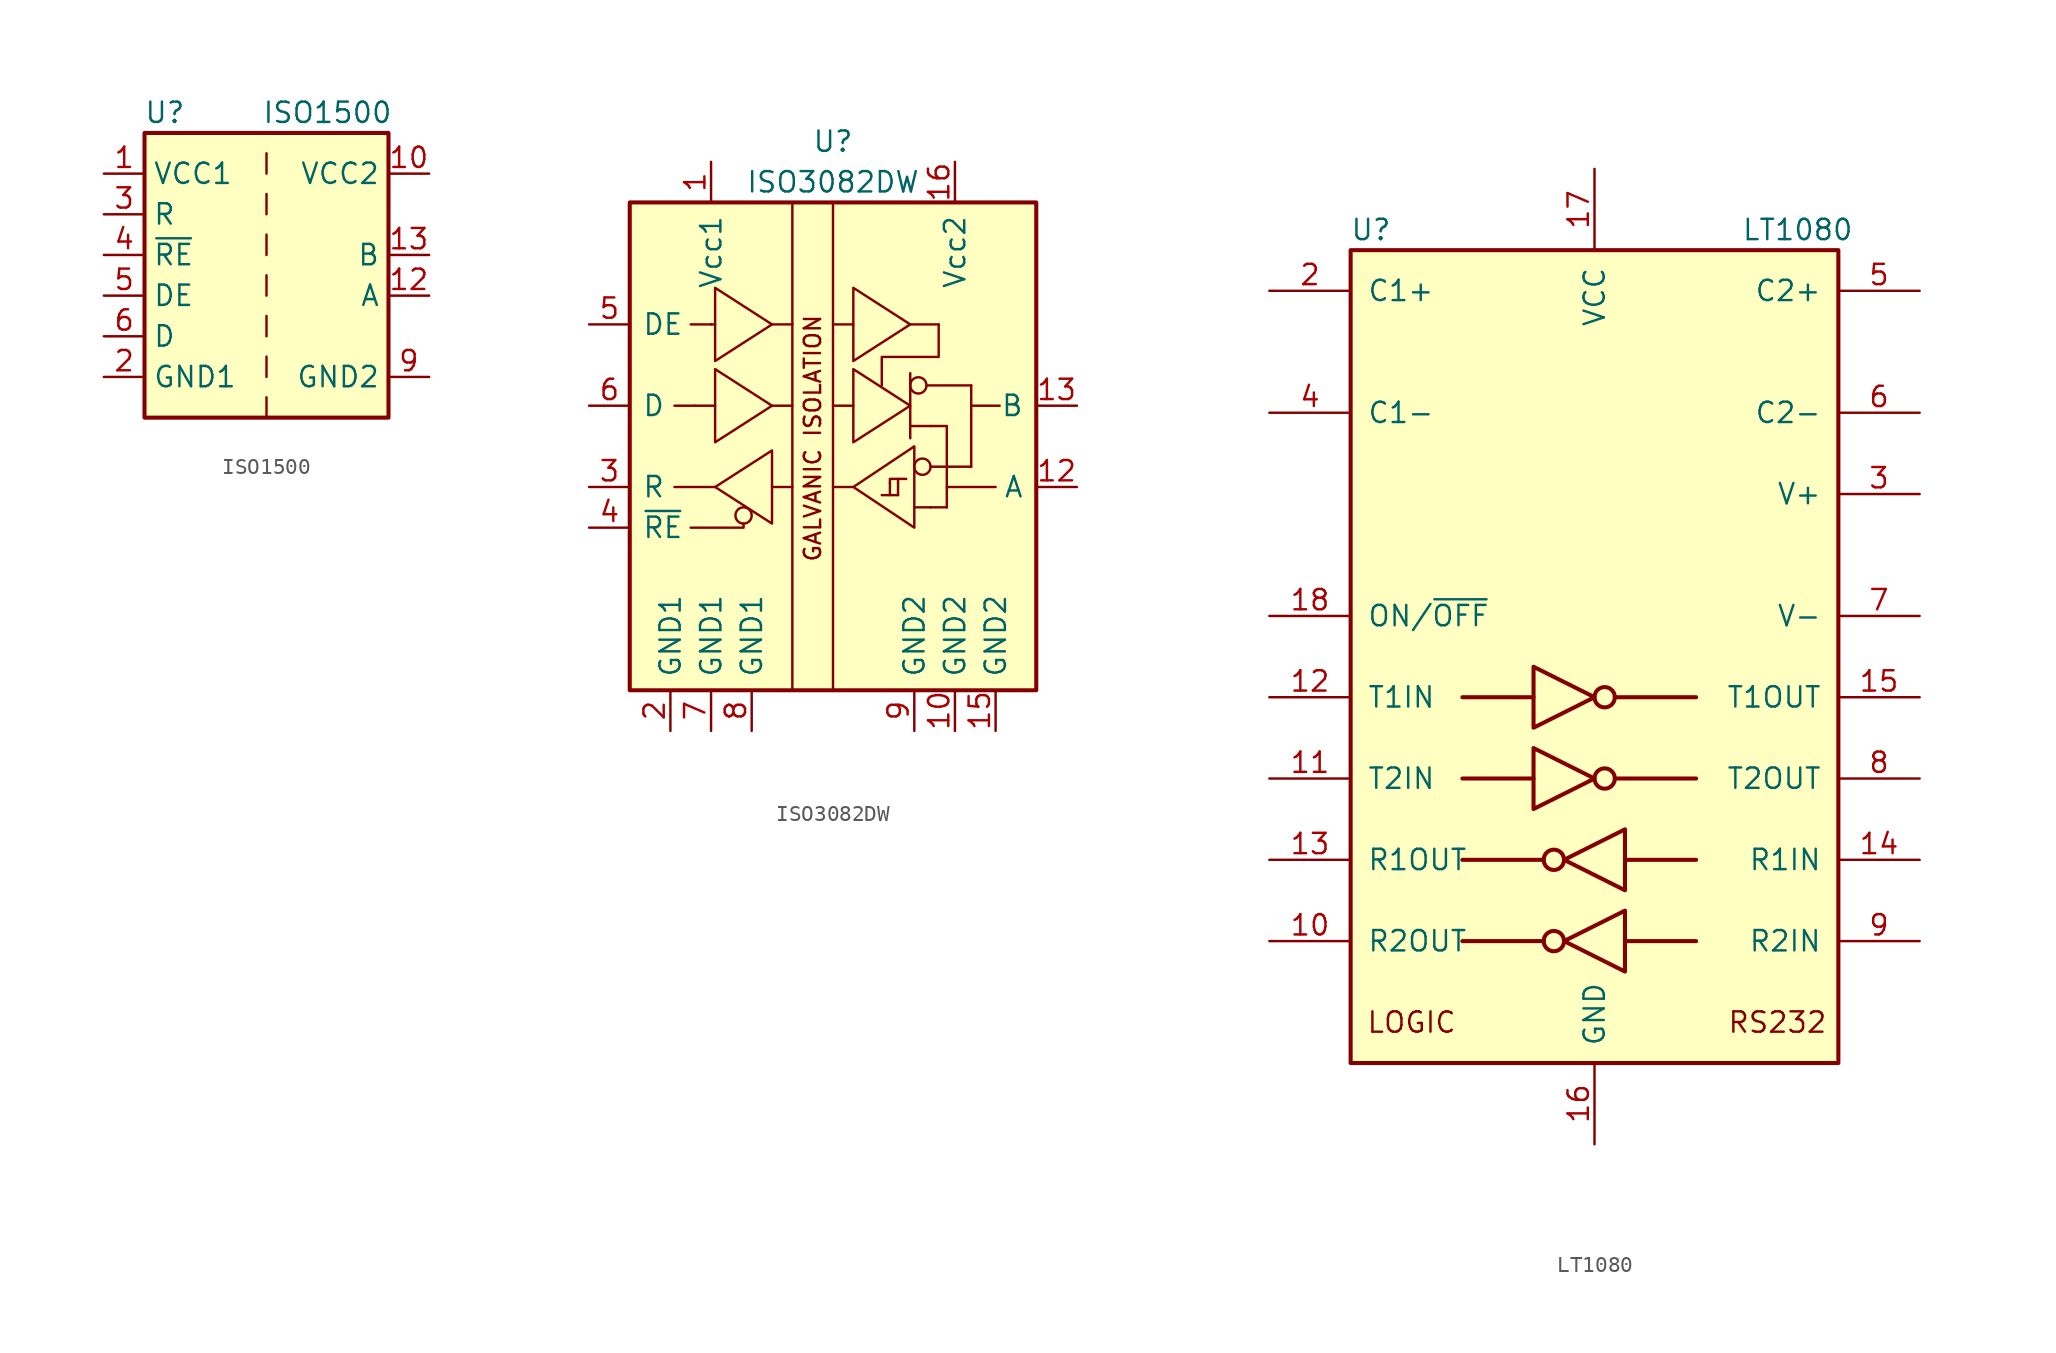
<source format=kicad_sym>
(kicad_symbol_lib
  (version 20201005)
  (generator kicad_symbol_editor)
  (symbol "ISO1500"
    (property "Reference" "U"
      (at -6.35 11.43 0)
      (effects (font (size 1.27 1.27))))
    (property "Value" "ISO1500"
      (at 3.81 11.43 0)
      (effects (font (size 1.27 1.27))))
    (symbol "ISO1500_0_1"
      (rectangle (start -7.62 10.16) (end 7.62 -7.62) (stroke (width 0.254)) (fill (type background)))
      (polyline (pts (xy 0 -6.35) (xy 0 -7.62)) (stroke (width 0)) (fill (type none)))
      (polyline (pts (xy 0 -3.81) (xy 0 -5.08)) (stroke (width 0)) (fill (type none)))
      (polyline (pts (xy 0 -1.27) (xy 0 -2.54)) (stroke (width 0)) (fill (type none)))
      (polyline (pts (xy 0 1.27) (xy 0 0)) (stroke (width 0)) (fill (type none)))
      (polyline (pts (xy 0 3.81) (xy 0 2.54)) (stroke (width 0)) (fill (type none)))
      (polyline (pts (xy 0 6.35) (xy 0 5.08)) (stroke (width 0)) (fill (type none)))
      (polyline (pts (xy 0 7.62) (xy 0 8.89)) (stroke (width 0)) (fill (type none))))
    (symbol "ISO1500_1_1"
      (pin power_in line (at -10.16 7.62 0) (length 2.54) (name "VCC1" (effects (font (size 1.27 1.27)))) (number "1" (effects (font (size 1.27 1.27)))))
      (pin power_in line (at 10.16 7.62 180) (length 2.54) (name "VCC2" (effects (font (size 1.27 1.27)))) (number "10" (effects (font (size 1.27 1.27)))))
      (pin no_connect line (at 7.62 -2.54 180) (length 2.54) hide (name "NC" (effects (font (size 1.27 1.27)))) (number "11" (effects (font (size 1.27 1.27)))))
      (pin bidirectional line (at 10.16 0 180) (length 2.54) (name "A" (effects (font (size 1.27 1.27)))) (number "12" (effects (font (size 1.27 1.27)))))
      (pin bidirectional line (at 10.16 2.54 180) (length 2.54) (name "B" (effects (font (size 1.27 1.27)))) (number "13" (effects (font (size 1.27 1.27)))))
      (pin no_connect line (at 7.62 5.08 180) (length 2.54) hide (name "NC" (effects (font (size 1.27 1.27)))) (number "14" (effects (font (size 1.27 1.27)))))
      (pin passive line (at 10.16 -5.08 180) (length 2.54) hide (name "GND2" (effects (font (size 1.27 1.27)))) (number "15" (effects (font (size 1.27 1.27)))))
      (pin passive line (at 10.16 7.62 180) (length 2.54) hide (name "VCC2" (effects (font (size 1.27 1.27)))) (number "16" (effects (font (size 1.27 1.27)))))
      (pin power_in line (at -10.16 -5.08 0) (length 2.54) (name "GND1" (effects (font (size 1.27 1.27)))) (number "2" (effects (font (size 1.27 1.27)))))
      (pin output line (at -10.16 5.08 0) (length 2.54) (name "R" (effects (font (size 1.27 1.27)))) (number "3" (effects (font (size 1.27 1.27)))))
      (pin input line (at -10.16 2.54 0) (length 2.54) (name "~RE" (effects (font (size 1.27 1.27)))) (number "4" (effects (font (size 1.27 1.27)))))
      (pin input line (at -10.16 0 0) (length 2.54) (name "DE" (effects (font (size 1.27 1.27)))) (number "5" (effects (font (size 1.27 1.27)))))
      (pin input line (at -10.16 -2.54 0) (length 2.54) (name "D" (effects (font (size 1.27 1.27)))) (number "6" (effects (font (size 1.27 1.27)))))
      (pin no_connect line (at 0 -7.62 90) (length 2.54) hide (name "NC" (effects (font (size 1.27 1.27)))) (number "7" (effects (font (size 1.27 1.27)))))
      (pin passive line (at -10.16 -5.08 0) (length 2.54) hide (name "GND1" (effects (font (size 1.27 1.27)))) (number "8" (effects (font (size 1.27 1.27)))))
      (pin power_in line (at 10.16 -5.08 180) (length 2.54) (name "GND2" (effects (font (size 1.27 1.27)))) (number "9" (effects (font (size 1.27 1.27)))))))
  (symbol "ISO3082DW"
    (pin_names
      (offset 0.762))
    (property "Reference" "U"
      (at 0 19.05 0)
      (effects (font (size 1.27 1.27))))
    (property "Value" "ISO3082DW"
      (at 0 16.51 0)
      (effects (font (size 1.27 1.27))))
    (symbol "ISO3082DW_0_0"
      (text "GALVANIC ISOLATION" (at -1.27 0.508 900) (effects (font (size 1.016 1.016))))
      (rectangle (start -12.7 15.24) (end 12.7 -15.24) (stroke (width 0.254)) (fill (type background)))
      (polyline (pts (xy -8.636 2.54) (xy -9.906 2.54)) (stroke (width 0)) (fill (type none)))
      (polyline (pts (xy -7.62 7.62) (xy -8.89 7.62)) (stroke (width 0)) (fill (type none)))
      (polyline (pts (xy -7.366 7.62) (xy -7.62 7.62)) (stroke (width 0)) (fill (type none)))
      (polyline (pts (xy -2.54 15.24) (xy -2.54 -15.24)) (stroke (width 0)) (fill (type none)))
      (polyline (pts (xy 0 15.24) (xy 0 -15.24)) (stroke (width 0)) (fill (type none)))
      (polyline (pts (xy -7.366 4.826) (xy -7.366 0.254) (xy -3.81 2.54) (xy -7.366 4.826)) (stroke (width 0)) (fill (type none)))
      (polyline (pts (xy -7.366 9.906) (xy -7.366 5.334) (xy -3.81 7.62) (xy -7.366 9.906)) (stroke (width 0)) (fill (type none)))
      (polyline (pts (xy -3.81 -0.254) (xy -3.81 -4.826) (xy -7.366 -2.54) (xy -3.81 -0.254)) (stroke (width 0)) (fill (type none)))
      (polyline (pts (xy 1.27 9.906) (xy 1.27 5.334) (xy 4.826 7.62) (xy 1.27 9.906)) (stroke (width 0)) (fill (type none))))
    (symbol "ISO3082DW_0_1"
      (circle (center -5.588 -4.318) (radius 0.508) (stroke (width 0)) (fill (type none)))
      (circle (center 5.334 3.81) (radius 0.508) (stroke (width 0)) (fill (type none)))
      (circle (center 5.588 -1.27) (radius 0.508) (stroke (width 0)) (fill (type none)))
      (polyline (pts (xy -7.366 -2.54) (xy -9.906 -2.54)) (stroke (width 0)) (fill (type none)))
      (polyline (pts (xy -7.366 2.54) (xy -8.636 2.54)) (stroke (width 0)) (fill (type none)))
      (polyline (pts (xy -3.81 -2.54) (xy -2.54 -2.54)) (stroke (width 0)) (fill (type none)))
      (polyline (pts (xy -3.81 2.54) (xy -2.54 2.54)) (stroke (width 0)) (fill (type none)))
      (polyline (pts (xy -3.81 7.62) (xy -2.54 7.62)) (stroke (width 0)) (fill (type none)))
      (polyline (pts (xy 0 -2.54) (xy 1.27 -2.54)) (stroke (width 0)) (fill (type none)))
      (polyline (pts (xy 0 2.54) (xy 1.27 2.54)) (stroke (width 0)) (fill (type none)))
      (polyline (pts (xy 0 7.62) (xy 1.27 7.62)) (stroke (width 0)) (fill (type none)))
      (polyline (pts (xy 3.556 -2.286) (xy 3.556 -3.048)) (stroke (width 0)) (fill (type none)))
      (polyline (pts (xy 4.064 -3.048) (xy 3.048 -3.048)) (stroke (width 0)) (fill (type none)))
      (polyline (pts (xy 4.064 -2.286) (xy 4.064 -3.048)) (stroke (width 0)) (fill (type none)))
      (polyline (pts (xy 4.064 -2.286) (xy 4.064 -2.032)) (stroke (width 0)) (fill (type none)))
      (polyline (pts (xy 4.826 1.27) (xy 6.096 1.27)) (stroke (width 0)) (fill (type none)))
      (polyline (pts (xy 4.826 4.572) (xy 4.826 0.508)) (stroke (width 0)) (fill (type none)))
      (polyline (pts (xy 4.826 7.62) (xy 6.604 7.62)) (stroke (width 0)) (fill (type none)))
      (polyline (pts (xy 5.08 -3.81) (xy 6.096 -3.81)) (stroke (width 0)) (fill (type none)))
      (polyline (pts (xy 5.842 3.81) (xy 8.636 3.81)) (stroke (width 0)) (fill (type none)))
      (polyline (pts (xy 6.096 -1.27) (xy 8.636 -1.27)) (stroke (width 0)) (fill (type none)))
      (polyline (pts (xy 6.096 1.27) (xy 7.112 1.27)) (stroke (width 0)) (fill (type none)))
      (polyline (pts (xy 7.112 -3.81) (xy 6.096 -3.81)) (stroke (width 0)) (fill (type none)))
      (polyline (pts (xy 7.112 1.27) (xy 7.112 -3.81)) (stroke (width 0)) (fill (type none)))
      (polyline (pts (xy 8.636 -1.27) (xy 8.636 3.81)) (stroke (width 0)) (fill (type none)))
      (polyline (pts (xy 8.636 2.54) (xy 10.414 2.54)) (stroke (width 0)) (fill (type none)))
      (polyline (pts (xy -8.89 -5.08) (xy -5.588 -5.08) (xy -5.588 -4.826)) (stroke (width 0)) (fill (type none)))
      (polyline (pts (xy 3.556 -2.286) (xy 3.556 -2.032) (xy 4.572 -2.032)) (stroke (width 0)) (fill (type none)))
      (polyline (pts (xy 10.16 -2.54) (xy 8.89 -2.54) (xy 7.112 -2.54)) (stroke (width 0)) (fill (type none)))
      (polyline (pts (xy 1.27 -2.54) (xy 5.08 0) (xy 5.08 -5.08) (xy 1.27 -2.54)) (stroke (width 0)) (fill (type none)))
      (polyline (pts (xy 6.604 7.62) (xy 6.604 5.588) (xy 3.048 5.588) (xy 3.048 3.81)) (stroke (width 0)) (fill (type none))))
    (symbol "ISO3082DW_1_0"
      (polyline (pts (xy 1.27 4.826) (xy 1.27 0.254) (xy 4.826 2.54) (xy 1.27 4.826)) (stroke (width 0)) (fill (type none))))
    (symbol "ISO3082DW_1_1"
      (pin power_in line (at -7.62 17.78 270) (length 2.54) (name "Vcc1" (effects (font (size 1.27 1.27)))) (number "1" (effects (font (size 1.27 1.27)))))
      (pin power_in line (at 7.62 -17.78 90) (length 2.54) (name "GND2" (effects (font (size 1.27 1.27)))) (number "10" (effects (font (size 1.27 1.27)))))
      (pin no_connect line (at 12.7 10.16 180) (length 2.54) hide (name "NC" (effects (font (size 1.27 1.27)))) (number "11" (effects (font (size 1.27 1.27)))))
      (pin bidirectional line (at 15.24 -2.54 180) (length 2.54) (name "A" (effects (font (size 1.27 1.27)))) (number "12" (effects (font (size 1.27 1.27)))))
      (pin bidirectional line (at 15.24 2.54 180) (length 2.54) (name "B" (effects (font (size 1.27 1.27)))) (number "13" (effects (font (size 1.27 1.27)))))
      (pin no_connect line (at 12.7 7.62 180) (length 2.54) hide (name "NC" (effects (font (size 1.27 1.27)))) (number "14" (effects (font (size 1.27 1.27)))))
      (pin power_in line (at 10.16 -17.78 90) (length 2.54) (name "GND2" (effects (font (size 1.27 1.27)))) (number "15" (effects (font (size 1.27 1.27)))))
      (pin power_in line (at 7.62 17.78 270) (length 2.54) (name "Vcc2" (effects (font (size 1.27 1.27)))) (number "16" (effects (font (size 1.27 1.27)))))
      (pin power_in line (at -10.16 -17.78 90) (length 2.54) (name "GND1" (effects (font (size 1.27 1.27)))) (number "2" (effects (font (size 1.27 1.27)))))
      (pin output line (at -15.24 -2.54 0) (length 2.54) (name "R" (effects (font (size 1.27 1.27)))) (number "3" (effects (font (size 1.27 1.27)))))
      (pin input line (at -15.24 -5.08 0) (length 2.54) (name "~RE" (effects (font (size 1.27 1.27)))) (number "4" (effects (font (size 1.27 1.27)))))
      (pin input line (at -15.24 7.62 0) (length 2.54) (name "DE" (effects (font (size 1.27 1.27)))) (number "5" (effects (font (size 1.27 1.27)))))
      (pin input line (at -15.24 2.54 0) (length 2.54) (name "D" (effects (font (size 1.27 1.27)))) (number "6" (effects (font (size 1.27 1.27)))))
      (pin power_in line (at -7.62 -17.78 90) (length 2.54) (name "GND1" (effects (font (size 1.27 1.27)))) (number "7" (effects (font (size 1.27 1.27)))))
      (pin power_in line (at -5.08 -17.78 90) (length 2.54) (name "GND1" (effects (font (size 1.27 1.27)))) (number "8" (effects (font (size 1.27 1.27)))))
      (pin power_in line (at 5.08 -17.78 90) (length 2.54) (name "GND2" (effects (font (size 1.27 1.27)))) (number "9" (effects (font (size 1.27 1.27)))))))
  (symbol "LT1080"
    (pin_names
      (offset 1.016))
    (property "Reference" "U"
      (at -13.97 26.67 0)
      (effects (font (size 1.27 1.27))))
    (property "Value" "LT1080"
      (at 12.7 26.67 0)
      (effects (font (size 1.27 1.27))))
    (symbol "LT1080_0_0"
      (text "LOGIC" (at -11.43 -22.86 0) (effects (font (size 1.27 1.27))))
      (text "RS232" (at 11.43 -22.86 0) (effects (font (size 1.27 1.27)))))
    (symbol "LT1080_0_1"
      (circle (center -2.54 -17.78) (radius 0.635) (stroke (width 0.254)) (fill (type none)))
      (circle (center -2.54 -12.7) (radius 0.635) (stroke (width 0.254)) (fill (type none)))
      (circle (center 0.635 -7.62) (radius 0.635) (stroke (width 0.254)) (fill (type none)))
      (circle (center 0.635 -2.54) (radius 0.635) (stroke (width 0.254)) (fill (type none)))
      (rectangle (start -15.24 -25.4) (end 15.24 25.4) (stroke (width 0.254)) (fill (type background)))
      (polyline (pts (xy -3.81 -7.62) (xy -8.255 -7.62)) (stroke (width 0.254)) (fill (type none)))
      (polyline (pts (xy -3.81 -2.54) (xy -8.255 -2.54)) (stroke (width 0.254)) (fill (type none)))
      (polyline (pts (xy -3.175 -17.78) (xy -8.255 -17.78)) (stroke (width 0.254)) (fill (type none)))
      (polyline (pts (xy -3.175 -12.7) (xy -8.255 -12.7)) (stroke (width 0.254)) (fill (type none)))
      (polyline (pts (xy 1.27 -7.62) (xy 6.35 -7.62)) (stroke (width 0.254)) (fill (type none)))
      (polyline (pts (xy 1.27 -2.54) (xy 6.35 -2.54)) (stroke (width 0.254)) (fill (type none)))
      (polyline (pts (xy 1.905 -17.78) (xy 6.35 -17.78)) (stroke (width 0.254)) (fill (type none)))
      (polyline (pts (xy 1.905 -12.7) (xy 6.35 -12.7)) (stroke (width 0.254)) (fill (type none)))
      (polyline (pts (xy -3.81 -5.715) (xy -3.81 -9.525) (xy 0 -7.62) (xy -3.81 -5.715)) (stroke (width 0.254)) (fill (type none)))
      (polyline (pts (xy -3.81 -0.635) (xy -3.81 -4.445) (xy 0 -2.54) (xy -3.81 -0.635)) (stroke (width 0.254)) (fill (type none)))
      (polyline (pts (xy 1.905 -15.875) (xy 1.905 -19.685) (xy -1.905 -17.78) (xy 1.905 -15.875)) (stroke (width 0.254)) (fill (type none)))
      (polyline (pts (xy 1.905 -10.795) (xy 1.905 -14.605) (xy -1.905 -12.7) (xy 1.905 -10.795)) (stroke (width 0.254)) (fill (type none))))
    (symbol "LT1080_1_1"
      (pin no_connect line (at -20.32 5.08 0) (length 5.08) hide (name "NC" (effects (font (size 1.27 1.27)))) (number "1" (effects (font (size 1.27 1.27)))))
      (pin output line (at -20.32 -17.78 0) (length 5.08) (name "R2OUT" (effects (font (size 1.27 1.27)))) (number "10" (effects (font (size 1.27 1.27)))))
      (pin input line (at -20.32 -7.62 0) (length 5.08) (name "T2IN" (effects (font (size 1.27 1.27)))) (number "11" (effects (font (size 1.27 1.27)))))
      (pin input line (at -20.32 -2.54 0) (length 5.08) (name "T1IN" (effects (font (size 1.27 1.27)))) (number "12" (effects (font (size 1.27 1.27)))))
      (pin output line (at -20.32 -12.7 0) (length 5.08) (name "R1OUT" (effects (font (size 1.27 1.27)))) (number "13" (effects (font (size 1.27 1.27)))))
      (pin input line (at 20.32 -12.7 180) (length 5.08) (name "R1IN" (effects (font (size 1.27 1.27)))) (number "14" (effects (font (size 1.27 1.27)))))
      (pin output line (at 20.32 -2.54 180) (length 5.08) (name "T1OUT" (effects (font (size 1.27 1.27)))) (number "15" (effects (font (size 1.27 1.27)))))
      (pin power_in line (at 0 -30.48 90) (length 5.08) (name "GND" (effects (font (size 1.27 1.27)))) (number "16" (effects (font (size 1.27 1.27)))))
      (pin power_in line (at 0 30.48 270) (length 5.08) (name "VCC" (effects (font (size 1.27 1.27)))) (number "17" (effects (font (size 1.27 1.27)))))
      (pin input line (at -20.32 2.54 0) (length 5.08) (name "ON/~OFF" (effects (font (size 1.27 1.27)))) (number "18" (effects (font (size 1.27 1.27)))))
      (pin passive line (at -20.32 22.86 0) (length 5.08) (name "C1+" (effects (font (size 1.27 1.27)))) (number "2" (effects (font (size 1.27 1.27)))))
      (pin power_out line (at 20.32 10.16 180) (length 5.08) (name "V+" (effects (font (size 1.27 1.27)))) (number "3" (effects (font (size 1.27 1.27)))))
      (pin passive line (at -20.32 15.24 0) (length 5.08) (name "C1-" (effects (font (size 1.27 1.27)))) (number "4" (effects (font (size 1.27 1.27)))))
      (pin passive line (at 20.32 22.86 180) (length 5.08) (name "C2+" (effects (font (size 1.27 1.27)))) (number "5" (effects (font (size 1.27 1.27)))))
      (pin passive line (at 20.32 15.24 180) (length 5.08) (name "C2-" (effects (font (size 1.27 1.27)))) (number "6" (effects (font (size 1.27 1.27)))))
      (pin power_out line (at 20.32 2.54 180) (length 5.08) (name "V-" (effects (font (size 1.27 1.27)))) (number "7" (effects (font (size 1.27 1.27)))))
      (pin output line (at 20.32 -7.62 180) (length 5.08) (name "T2OUT" (effects (font (size 1.27 1.27)))) (number "8" (effects (font (size 1.27 1.27)))))
      (pin input line (at 20.32 -17.78 180) (length 5.08) (name "R2IN" (effects (font (size 1.27 1.27)))) (number "9" (effects (font (size 1.27 1.27))))))))
</source>
